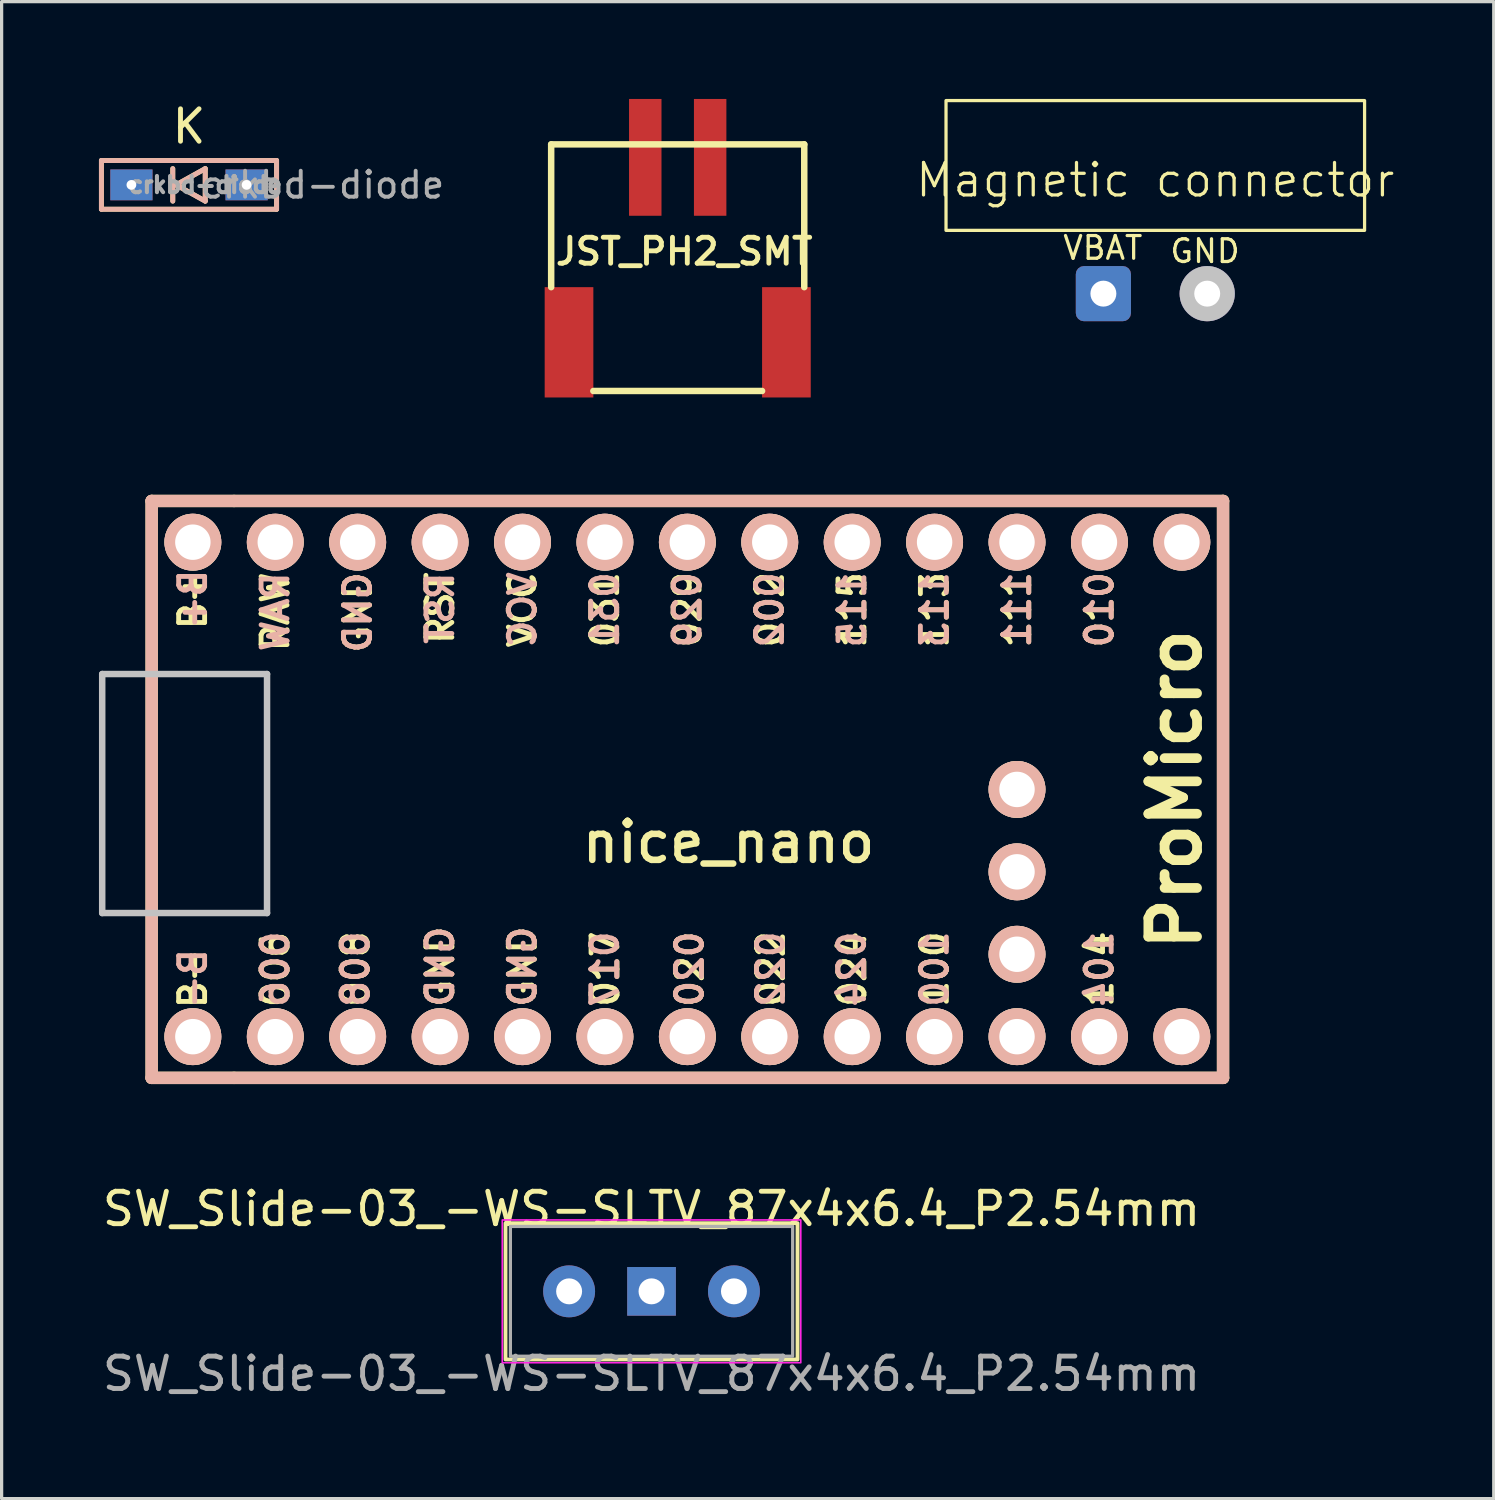
<source format=kicad_pcb>
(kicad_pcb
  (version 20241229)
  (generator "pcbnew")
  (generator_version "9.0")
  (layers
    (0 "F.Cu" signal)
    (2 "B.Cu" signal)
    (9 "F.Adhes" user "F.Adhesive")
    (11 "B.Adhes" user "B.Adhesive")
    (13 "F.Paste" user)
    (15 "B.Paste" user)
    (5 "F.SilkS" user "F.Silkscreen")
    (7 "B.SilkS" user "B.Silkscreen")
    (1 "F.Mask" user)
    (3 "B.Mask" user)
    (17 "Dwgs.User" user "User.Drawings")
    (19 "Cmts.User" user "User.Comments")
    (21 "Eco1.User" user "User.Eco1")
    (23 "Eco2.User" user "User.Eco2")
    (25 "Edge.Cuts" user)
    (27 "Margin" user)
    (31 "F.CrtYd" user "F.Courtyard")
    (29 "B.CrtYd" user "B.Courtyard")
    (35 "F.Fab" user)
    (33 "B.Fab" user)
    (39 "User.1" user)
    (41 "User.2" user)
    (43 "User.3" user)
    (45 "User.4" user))
  (footprint "JST_PH2_SMT"
    (layer "F.Cu")
    (at 16.837 1.8)
    (property "Reference" "JST_PH2_SMT" (at 1.2 2.9 0) (layer "F.SilkS") (effects (font (size 0.8 0.8) (thickness 0.15))))
    (attr through_hole)
    (fp_line (start -2.9 -0.4) (end -2.9 4) (stroke (width 0.2) (type solid)) (layer "F.SilkS"))
    (fp_line (start -2.9 -0.4) (end 4.9 -0.4) (stroke (width 0.2) (type solid)) (layer "F.SilkS"))
    (fp_line (start 3.6 7.2) (end -1.6 7.2) (stroke (width 0.2) (type solid)) (layer "F.SilkS"))
    (fp_line (start 4.9 -0.4) (end 4.9 4) (stroke (width 0.2) (type solid)) (layer "F.SilkS"))
    (pad "1" smd rect (at 0 0) (size 1 3.6) (layers "F.Cu" "F.Mask" "F.Paste"))
    (pad "2" smd rect (at 2 0) (size 1 3.6) (layers "F.Cu" "F.Mask" "F.Paste"))
    (pad "3" smd rect (at -1.6 5.9) (size 1.5 3.4) (drill (offset -0.75 -0.2)) (layers "F.Cu" "F.Mask" "F.Paste"))
    (pad "3" smd rect (at 5.1 5.9) (size 1.5 3.4) (drill (offset -0.75 -0.2)) (layers "F.Cu" "F.Mask" "F.Paste")))
  (footprint "crkbd-diode"
    (layer "F.Cu")
    (at 2.775 2.648)
    (property "Reference" "crkbd-diode" (at 0.5 0 0) (layer "F.Fab") (effects (font (size 0.5 0.5) (thickness 0.125))))
    (attr through_hole)
    (fp_line (start -2.7 -0.75) (end -2.7 0.75) (stroke (width 0.15) (type solid)) (layer "F.SilkS"))
    (fp_line (start -2.7 0.75) (end 2.7 0.75) (stroke (width 0.15) (type solid)) (layer "F.SilkS"))
    (fp_line (start -0.5 -0.5) (end -0.5 0.5) (stroke (width 0.15) (type solid)) (layer "F.SilkS"))
    (fp_line (start -0.4 0) (end 0.5 -0.5) (stroke (width 0.15) (type solid)) (layer "F.SilkS"))
    (fp_line (start 0.5 -0.5) (end 0.5 0.5) (stroke (width 0.15) (type solid)) (layer "F.SilkS"))
    (fp_line (start 0.5 0.5) (end -0.4 0) (stroke (width 0.15) (type solid)) (layer "F.SilkS"))
    (fp_line (start 2.7 -0.75) (end -2.7 -0.75) (stroke (width 0.15) (type solid)) (layer "F.SilkS"))
    (fp_line (start 2.7 -0.75) (end 2.7 0.75) (stroke (width 0.15) (type solid)) (layer "F.SilkS"))
    (fp_line (start -2.7 -0.75) (end -2.7 0.75) (stroke (width 0.15) (type solid)) (layer "B.SilkS"))
    (fp_line (start -2.7 0.75) (end 2.7 0.75) (stroke (width 0.15) (type solid)) (layer "B.SilkS"))
    (fp_line (start -0.5 -0.5) (end -0.5 0.5) (stroke (width 0.15) (type solid)) (layer "B.SilkS"))
    (fp_line (start -0.4 0) (end 0.5 -0.5) (stroke (width 0.15) (type solid)) (layer "B.SilkS"))
    (fp_line (start 0.5 -0.5) (end 0.5 0.5) (stroke (width 0.15) (type solid)) (layer "B.SilkS"))
    (fp_line (start 0.5 0.5) (end -0.4 0) (stroke (width 0.15) (type solid)) (layer "B.SilkS"))
    (fp_line (start 2.7 -0.75) (end -2.7 -0.75) (stroke (width 0.15) (type solid)) (layer "B.SilkS"))
    (fp_line (start 2.7 0.75) (end 2.7 -0.75) (stroke (width 0.15) (type solid)) (layer "B.SilkS"))
    (fp_text user "K" (at 0 -1.8 0) (layer "F.SilkS") (effects (font (size 1 1) (thickness 0.15))))
    (fp_text user "${REFERENCE}" (at 4.11 0 0) (layer "F.Fab") (effects (font (size 0.8 0.8) (thickness 0.12))))
    (pad "1" thru_hole rect (at -1.775 0) (size 1.3 0.95) (drill 0.3) (layers "*.Cu" "*.Mask"))
    (pad "2" thru_hole rect (at 1.775 0) (size 1.3 0.95) (drill 0.3) (layers "*.Cu" "*.Mask")))
  (footprint "Magnetic connector"
    (layer "F.Cu")
    (at 32.556 3)
    (property "Reference" "Magnetic connector" (at 0 -0.5 0) (unlocked yes) (layer "F.SilkS") (effects (font (size 1 1) (thickness 0.1))))
    (attr exclude_from_pos_files exclude_from_bom)
    (fp_rect (start -6.45 -2.95) (end 6.45 1.05) (stroke (width 0.1) (type solid)) (fill no) (layer "F.SilkS"))
    (fp_text user "GND" (at 0.4 2.1 0) (unlocked yes) (layer "F.SilkS") (effects (font (size 0.7 0.7) (thickness 0.1)) (justify left bottom)))
    (fp_text user "VBAT" (at -2.9 2 0) (unlocked yes) (layer "F.SilkS") (effects (font (size 0.7 0.7) (thickness 0.1)) (justify left bottom)))
    (pad "1" thru_hole roundrect (at -1.6 3) (size 1.7 1.7) (drill 0.8) (layers "*.Cu" "*.Mask") (roundrect_rratio 0.147))
    (pad "2" thru_hole circle (at 1.6 3) (size 1.7 1.7) (drill 0.8) (layers "*.Cu" "*.Mask" "Dwgs.User"))
    (zone (net_name "") (layer "F.SilkS") (hatch edge 0.5) (connect_pads) (min_thickness 0.25) (filled_areas_thickness no) (keepout (tracks allowed) (vias allowed) (pads not_allowed) (copperpour allowed) (footprints not_allowed)) (placement (enabled no)) (fill) (polygon (pts (xy 25.556 0) (xy 39.556 0) (xy 39.556 7.5) (xy 25.556 7.5)))))
  (footprint "nice_nano"
    (layer "F.Cu")
    (at 19.404 21.28)
    (property "Reference" "nice_nano" (at 0 1.625 0) (layer "F.SilkS") (effects (font (size 1.2 1.2) (thickness 0.203))))
    (attr through_hole)
    (fp_line (start -17.78 -8.89) (end -17.78 8.89) (stroke (width 0.381) (type solid)) (layer "F.SilkS"))
    (fp_line (start -17.78 8.89) (end -15.24 8.89) (stroke (width 0.381) (type solid)) (layer "F.SilkS"))
    (fp_line (start -15.24 -8.89) (end -17.78 -8.89) (stroke (width 0.381) (type solid)) (layer "F.SilkS"))
    (fp_line (start -15.24 8.89) (end 15.24 8.89) (stroke (width 0.381) (type solid)) (layer "F.SilkS"))
    (fp_line (start 15.24 -8.89) (end -15.24 -8.89) (stroke (width 0.381) (type solid)) (layer "F.SilkS"))
    (fp_line (start 15.24 8.89) (end 15.24 -8.89) (stroke (width 0.381) (type solid)) (layer "F.SilkS"))
    (fp_line (start -17.78 -8.89) (end -17.78 8.89) (stroke (width 0.381) (type solid)) (layer "B.SilkS"))
    (fp_line (start -17.78 8.89) (end 15.24 8.89) (stroke (width 0.381) (type solid)) (layer "B.SilkS"))
    (fp_line (start 15.24 -8.89) (end -17.78 -8.89) (stroke (width 0.381) (type solid)) (layer "B.SilkS"))
    (fp_line (start 15.24 8.89) (end 15.24 -8.89) (stroke (width 0.381) (type solid)) (layer "B.SilkS"))
    (fp_line (start -19.304 -3.556) (end -14.224 -3.556) (stroke (width 0.2) (type solid)) (layer "Dwgs.User"))
    (fp_line (start -19.304 3.81) (end -19.304 -3.556) (stroke (width 0.2) (type solid)) (layer "Dwgs.User"))
    (fp_line (start -14.224 -3.556) (end -14.224 3.81) (stroke (width 0.2) (type solid)) (layer "Dwgs.User"))
    (fp_line (start -14.224 3.81) (end -19.304 3.81) (stroke (width 0.2) (type solid)) (layer "Dwgs.User"))
    (fp_text user "104" (at 11.43 5.537 90) (layer "F.SilkS") (effects (font (size 0.8 0.8) (thickness 0.15))))
    (fp_text user "024" (at 3.81 5.537 90) (layer "F.SilkS") (effects (font (size 0.8 0.8) (thickness 0.15))))
    (fp_text user "100" (at 6.35 5.537 90) (layer "F.SilkS") (effects (font (size 0.8 0.8) (thickness 0.15))))
    (fp_text user "B+" (at -16.51 -5.85 90) (unlocked yes) (layer "F.SilkS") (effects (font (size 0.8 0.8) (thickness 0.15) (bold yes))))
    (fp_text user "022" (at 1.3 5.537 90) (layer "F.SilkS") (effects (font (size 0.8 0.8) (thickness 0.15))))
    (fp_text user "031" (at -3.81 -5.537 90) (layer "F.SilkS") (effects (font (size 0.8 0.8) (thickness 0.15))))
    (fp_text user "020" (at -1.2 5.537 90) (layer "F.SilkS") (effects (font (size 0.8 0.8) (thickness 0.15))))
    (fp_text user "115" (at 3.81 -5.537 90) (layer "F.SilkS") (effects (font (size 0.8 0.8) (thickness 0.15))))
    (fp_text user "010" (at 11.43 -5.537 90) (layer "F.SilkS") (effects (font (size 0.8 0.8) (thickness 0.15))))
    (fp_text user "111" (at 8.89 -5.537 90) (layer "F.SilkS") (effects (font (size 0.8 0.8) (thickness 0.15))))
    (fp_text user "006" (at -13.97 5.55 90) (layer "F.SilkS") (effects (font (size 0.8 0.8) (thickness 0.15))))
    (fp_text user "GND" (at -11.43 -5.455 90) (layer "F.SilkS") (effects (font (size 0.8 0.8) (thickness 0.15))))
    (fp_text user "GND" (at -8.89 5.461 90) (layer "F.SilkS") (effects (font (size 0.8 0.8) (thickness 0.15))))
    (fp_text user "017" (at -3.8 5.537 90) (layer "F.SilkS") (effects (font (size 0.8 0.8) (thickness 0.15))))
    (fp_text user "RAW" (at -13.97 -5.474 90) (layer "F.SilkS") (effects (font (size 0.8 0.8) (thickness 0.15))))
    (fp_text user "RST" (at -8.89 -5.588 90) (layer "F.SilkS") (effects (font (size 0.8 0.8) (thickness 0.15))))
    (fp_text user "VCC" (at -6.35 -5.537 90) (layer "F.SilkS") (effects (font (size 0.8 0.8) (thickness 0.15))))
    (fp_text user "GND" (at -6.35 5.461 90) (layer "F.SilkS") (effects (font (size 0.8 0.8) (thickness 0.15))))
    (fp_text user "008" (at -11.5 5.537 90) (layer "F.SilkS") (effects (font (size 0.8 0.8) (thickness 0.15))))
    (fp_text user "ProMicro" (at 13.76 0 90) (layer "F.SilkS") (effects (font (size 1.5 1.5) (thickness 0.3))))
    (fp_text user "B-" (at -16.51 5.83 90) (layer "F.SilkS") (effects (font (size 0.8 0.8) (thickness 0.15) (bold yes))))
    (fp_text user "113" (at 6.35 -5.537 90) (layer "F.SilkS") (effects (font (size 0.8 0.8) (thickness 0.15))))
    (fp_text user "029" (at -1.27 -5.537 90) (layer "F.SilkS") (effects (font (size 0.8 0.8) (thickness 0.15))))
    (fp_text user "002" (at 1.27 -5.537 90) (layer "F.SilkS") (effects (font (size 0.8 0.8) (thickness 0.15))))
    (fp_text user "GND" (at -8.89 5.461 90) (layer "B.SilkS") (effects (font (size 0.8 0.8) (thickness 0.15)) (justify mirror)))
    (fp_text user "RST" (at -8.89 -5.588 90) (layer "B.SilkS") (effects (font (size 0.8 0.8) (thickness 0.15)) (justify mirror)))
    (fp_text user "GND" (at -6.35 5.461 90) (layer "B.SilkS") (effects (font (size 0.8 0.8) (thickness 0.15)) (justify mirror)))
    (fp_text user "002" (at 1.27 -5.537 90) (layer "B.SilkS") (effects (font (size 0.8 0.8) (thickness 0.15)) (justify mirror)))
    (fp_text user "024" (at 3.8 5.537 90) (layer "B.SilkS") (effects (font (size 0.8 0.8) (thickness 0.15)) (justify mirror)))
    (fp_text user "111" (at 8.89 -5.537 90) (layer "B.SilkS") (effects (font (size 0.8 0.8) (thickness 0.15)) (justify mirror)))
    (fp_text user "029" (at -1.27 -5.537 90) (layer "B.SilkS") (effects (font (size 0.8 0.8) (thickness 0.15)) (justify mirror)))
    (fp_text user "022" (at 1.3 5.537 90) (layer "B.SilkS") (effects (font (size 0.8 0.8) (thickness 0.15)) (justify mirror)))
    (fp_text user "010" (at 11.43 -5.537 90) (layer "B.SilkS") (effects (font (size 0.8 0.8) (thickness 0.15)) (justify mirror)))
    (fp_text user "104" (at 11.43 5.537 90) (layer "B.SilkS") (effects (font (size 0.8 0.8) (thickness 0.15)) (justify mirror)))
    (fp_text user "020" (at -1.2 5.537 90) (layer "B.SilkS") (effects (font (size 0.8 0.8) (thickness 0.15)) (justify mirror)))
    (fp_text user "B+" (at -16.51 -5.86 90) (unlocked yes) (layer "B.SilkS") (effects (font (size 0.8 0.8) (thickness 0.15) (bold yes)) (justify mirror)))
    (fp_text user "GND" (at -11.43 -5.455 90) (layer "B.SilkS") (effects (font (size 0.8 0.8) (thickness 0.15)) (justify mirror)))
    (fp_text user "031" (at -3.81 -5.537 90) (layer "B.SilkS") (effects (font (size 0.8 0.8) (thickness 0.15)) (justify mirror)))
    (fp_text user "008" (at -11.5 5.537 90) (layer "B.SilkS") (effects (font (size 0.8 0.8) (thickness 0.15)) (justify mirror)))
    (fp_text user "B-" (at -16.51 5.83 90) (layer "B.SilkS") (effects (font (size 0.8 0.8) (thickness 0.15) (bold yes)) (justify mirror)))
    (fp_text user "017" (at -3.81 5.537 90) (layer "B.SilkS") (effects (font (size 0.8 0.8) (thickness 0.15)) (justify mirror)))
    (fp_text user "RAW" (at -13.97 -5.474 90) (layer "B.SilkS") (effects (font (size 0.8 0.8) (thickness 0.15)) (justify mirror)))
    (fp_text user "113" (at 6.35 -5.537 90) (layer "B.SilkS") (effects (font (size 0.8 0.8) (thickness 0.15)) (justify mirror)))
    (fp_text user "115" (at 3.81 -5.537 90) (layer "B.SilkS") (effects (font (size 0.8 0.8) (thickness 0.15)) (justify mirror)))
    (fp_text user "006" (at -13.97 5.537 90) (layer "B.SilkS") (effects (font (size 0.8 0.8) (thickness 0.15)) (justify mirror)))
    (fp_text user "VCC" (at -6.35 -5.537 90) (layer "B.SilkS") (effects (font (size 0.8 0.8) (thickness 0.15)) (justify mirror)))
    (fp_text user "100" (at 6.35 5.537 90) (layer "B.SilkS") (effects (font (size 0.8 0.8) (thickness 0.15)) (justify mirror)))
    (pad "0" thru_hole circle (at -16.51 7.62) (size 1.753 1.753) (drill 1.092) (layers "*.Cu" "*.SilkS" "*.Mask"))
    (pad "1" thru_hole circle (at -13.97 7.62) (size 1.753 1.753) (drill 1.092) (layers "*.Cu" "*.SilkS" "*.Mask"))
    (pad "2" thru_hole circle (at -11.43 7.62) (size 1.753 1.753) (drill 1.092) (layers "*.Cu" "*.SilkS" "*.Mask"))
    (pad "3" thru_hole circle (at -8.89 7.62) (size 1.753 1.753) (drill 1.092) (layers "*.Cu" "*.SilkS" "*.Mask"))
    (pad "4" thru_hole circle (at -6.35 7.62) (size 1.753 1.753) (drill 1.092) (layers "*.Cu" "*.SilkS" "*.Mask"))
    (pad "5" thru_hole circle (at -3.81 7.62) (size 1.753 1.753) (drill 1.092) (layers "*.Cu" "*.SilkS" "*.Mask"))
    (pad "6" thru_hole circle (at -1.27 7.62) (size 1.753 1.753) (drill 1.092) (layers "*.Cu" "*.SilkS" "*.Mask"))
    (pad "7" thru_hole circle (at 1.27 7.62) (size 1.753 1.753) (drill 1.092) (layers "*.Cu" "*.SilkS" "*.Mask"))
    (pad "8" thru_hole circle (at 3.81 7.62) (size 1.753 1.753) (drill 1.092) (layers "*.Cu" "*.SilkS" "*.Mask"))
    (pad "9" thru_hole circle (at 6.35 7.62) (size 1.753 1.753) (drill 1.092) (layers "*.Cu" "*.SilkS" "*.Mask"))
    (pad "10" thru_hole circle (at 8.89 7.62) (size 1.753 1.753) (drill 1.092) (layers "*.Cu" "*.SilkS" "*.Mask"))
    (pad "11" thru_hole circle (at 11.43 7.62) (size 1.753 1.753) (drill 1.092) (layers "*.Cu" "*.SilkS" "*.Mask"))
    (pad "12" thru_hole circle (at 13.97 7.62) (size 1.753 1.753) (drill 1.092) (layers "*.Cu" "*.SilkS" "*.Mask"))
    (pad "13" thru_hole circle (at 13.97 -7.62) (size 1.753 1.753) (drill 1.092) (layers "*.Cu" "*.SilkS" "*.Mask"))
    (pad "14" thru_hole circle (at 11.43 -7.62) (size 1.753 1.753) (drill 1.092) (layers "*.Cu" "*.SilkS" "*.Mask"))
    (pad "15" thru_hole circle (at 8.89 -7.62) (size 1.753 1.753) (drill 1.092) (layers "*.Cu" "*.SilkS" "*.Mask"))
    (pad "16" thru_hole circle (at 6.35 -7.62) (size 1.753 1.753) (drill 1.092) (layers "*.Cu" "*.SilkS" "*.Mask"))
    (pad "17" thru_hole circle (at 3.81 -7.62) (size 1.753 1.753) (drill 1.092) (layers "*.Cu" "*.SilkS" "*.Mask"))
    (pad "18" thru_hole circle (at 1.27 -7.62) (size 1.753 1.753) (drill 1.092) (layers "*.Cu" "*.SilkS" "*.Mask"))
    (pad "19" thru_hole circle (at -1.27 -7.62) (size 1.753 1.753) (drill 1.092) (layers "*.Cu" "*.SilkS" "*.Mask"))
    (pad "20" thru_hole circle (at -3.81 -7.62) (size 1.753 1.753) (drill 1.092) (layers "*.Cu" "*.SilkS" "*.Mask"))
    (pad "21" thru_hole circle (at -6.35 -7.62) (size 1.753 1.753) (drill 1.092) (layers "*.Cu" "*.SilkS" "*.Mask"))
    (pad "22" thru_hole circle (at -8.89 -7.62) (size 1.753 1.753) (drill 1.092) (layers "*.Cu" "*.SilkS" "*.Mask"))
    (pad "23" thru_hole circle (at -11.43 -7.62) (size 1.753 1.753) (drill 1.092) (layers "*.Cu" "*.SilkS" "*.Mask"))
    (pad "24" thru_hole circle (at -13.97 -7.62) (size 1.753 1.753) (drill 1.092) (layers "*.Cu" "*.SilkS" "*.Mask"))
    (pad "25" thru_hole circle (at -16.51 -7.62) (size 1.753 1.753) (drill 1.092) (layers "*.Cu" "*.SilkS" "*.Mask"))
    (pad "31" thru_hole circle (at 8.89 5.08) (size 1.753 1.753) (drill 1.092) (layers "*.Cu" "*.SilkS" "*.Mask"))
    (pad "32" thru_hole circle (at 8.89 2.54) (size 1.753 1.753) (drill 1.092) (layers "*.Cu" "*.SilkS" "*.Mask"))
    (pad "33" thru_hole circle (at 8.89 0) (size 1.753 1.753) (drill 1.092) (layers "*.Cu" "*.SilkS" "*.Mask")))
  (footprint "SW_Slide-03_-WS-SLTV_87x4x6.4_P2.54mm"
    (layer "F.Cu")
    (at 17.03 36.749)
    (property "Reference" "SW_Slide-03_-WS-SLTV_87x4x6.4_P2.54mm" (at 0 -2.54 0) (layer "F.SilkS") (effects (font (size 1 1) (thickness 0.15))))
    (attr through_hole)
    (fp_rect (start -4.5 -2.1) (end 4.5 2.1) (stroke (width 0.12) (type default)) (fill no) (layer "F.SilkS"))
    (fp_rect (start -4.6 -2.2) (end 4.6 2.2) (stroke (width 0.05) (type default)) (fill no) (layer "F.CrtYd"))
    (fp_rect (start -4.35 -2) (end 4.35 2) (stroke (width 0.1) (type solid)) (fill no) (layer "F.Fab"))
    (fp_text user "${REFERENCE}" (at 0 2.54 0) (layer "F.Fab") (effects (font (size 1 1) (thickness 0.15))))
    (pad "1" thru_hole rect (at 0 0) (size 1.5 1.5) (drill 0.8) (layers "*.Cu" "*.Mask"))
    (pad "2" thru_hole circle (at -2.54 0) (size 1.6 1.6) (drill 0.8) (layers "*.Cu" "*.Mask"))
    (pad "3" thru_hole circle (at 2.54 0) (size 1.6 1.6) (drill 0.8) (layers "*.Cu" "*.Mask")))
  (gr_rect
    (start -3 -3)
    (end 42.987 43.138)
    (stroke (width 0.1) (type default))
    (fill no)
    (layer "Edge.Cuts")))
</source>
